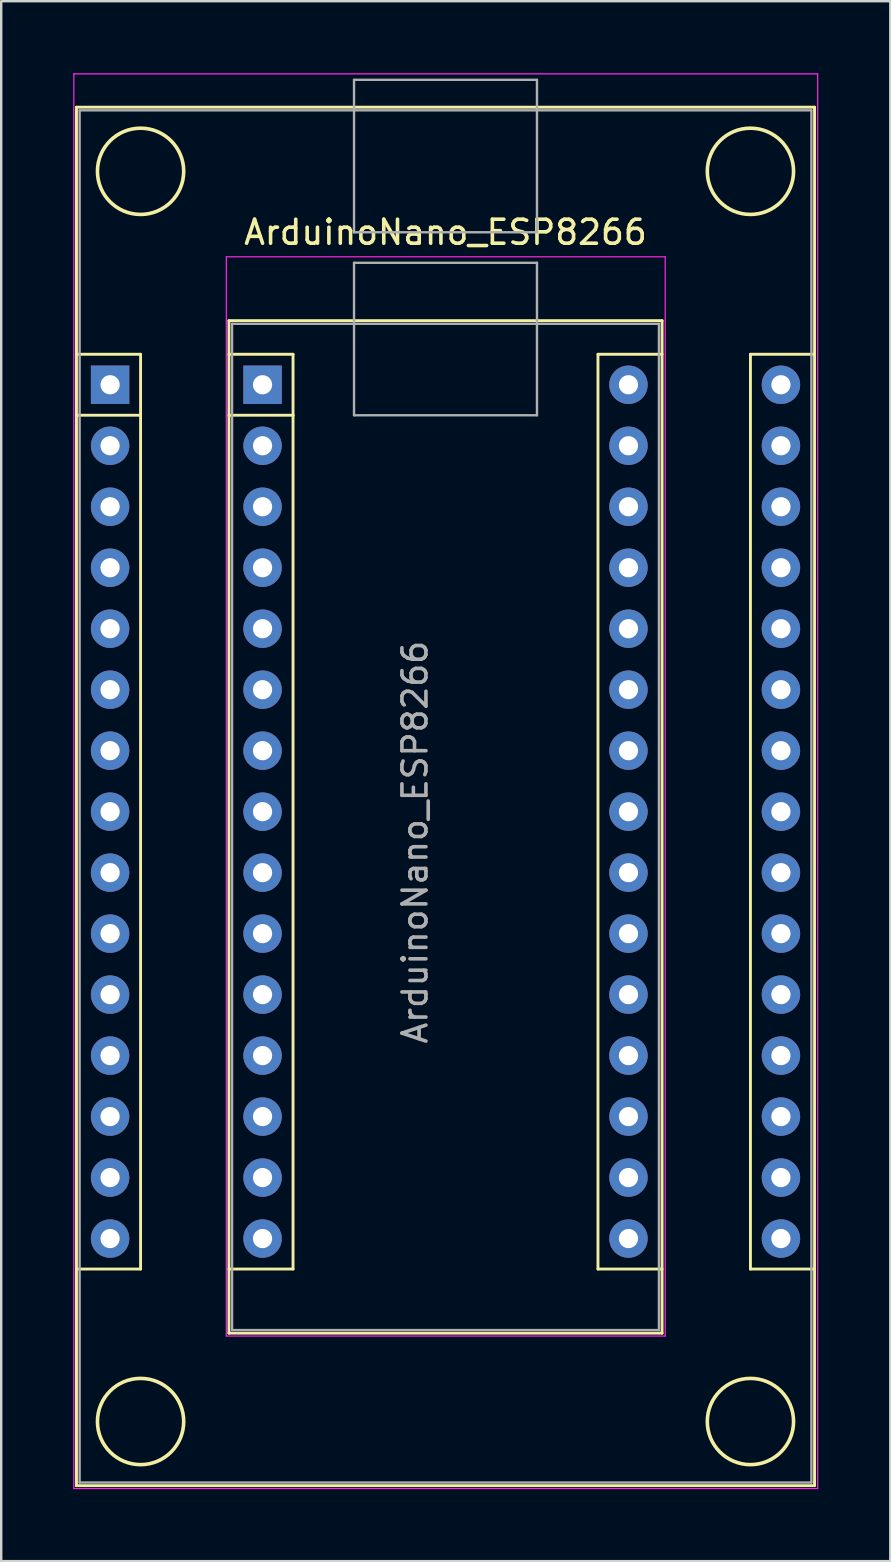
<source format=kicad_pcb>
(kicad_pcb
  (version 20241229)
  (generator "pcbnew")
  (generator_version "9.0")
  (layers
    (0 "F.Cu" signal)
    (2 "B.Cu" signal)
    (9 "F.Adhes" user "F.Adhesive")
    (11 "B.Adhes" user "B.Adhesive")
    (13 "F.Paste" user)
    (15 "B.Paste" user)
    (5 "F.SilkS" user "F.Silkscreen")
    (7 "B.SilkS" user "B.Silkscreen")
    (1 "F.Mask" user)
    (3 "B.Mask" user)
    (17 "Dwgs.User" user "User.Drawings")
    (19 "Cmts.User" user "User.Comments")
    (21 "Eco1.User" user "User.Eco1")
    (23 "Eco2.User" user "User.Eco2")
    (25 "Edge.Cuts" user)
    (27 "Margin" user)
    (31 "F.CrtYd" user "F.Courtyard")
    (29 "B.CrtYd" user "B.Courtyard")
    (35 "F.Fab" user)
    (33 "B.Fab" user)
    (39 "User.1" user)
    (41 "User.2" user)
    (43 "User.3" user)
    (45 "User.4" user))
  (footprint "ArduinoNano_ESP8266"
    (layer "F.Cu")
    (at 15.505 16.785)
    (property "Reference" "ArduinoNano_ESP8266" (at 0 -10.16 0) (layer "F.SilkS") (effects (font (size 1 1) (thickness 0.15))))
    (attr through_hole)
    (fp_line (start -15.37 -15.37) (end -15.37 42.04) (stroke (width 0.12) (type solid)) (layer "F.SilkS"))
    (fp_line (start -15.37 42.04) (end 15.37 42.04) (stroke (width 0.12) (type solid)) (layer "F.SilkS"))
    (fp_line (start -12.7 -5.08) (end -15.37 -5.08) (stroke (width 0.12) (type solid)) (layer "F.SilkS"))
    (fp_line (start -12.7 -2.54) (end -15.37 -2.54) (stroke (width 0.12) (type solid)) (layer "F.SilkS"))
    (fp_line (start -12.7 -2.54) (end -12.7 -5.08) (stroke (width 0.12) (type solid)) (layer "F.SilkS"))
    (fp_line (start -12.7 -2.54) (end -12.7 33.02) (stroke (width 0.12) (type solid)) (layer "F.SilkS"))
    (fp_line (start -12.7 33.02) (end -15.37 33.02) (stroke (width 0.12) (type solid)) (layer "F.SilkS"))
    (fp_line (start -9.02 -6.48) (end -9.02 35.69) (stroke (width 0.12) (type solid)) (layer "F.SilkS"))
    (fp_line (start -9.02 35.69) (end 9.02 35.69) (stroke (width 0.12) (type solid)) (layer "F.SilkS"))
    (fp_line (start -6.35 -5.08) (end -9.02 -5.08) (stroke (width 0.12) (type solid)) (layer "F.SilkS"))
    (fp_line (start -6.35 -2.54) (end -9.02 -2.54) (stroke (width 0.12) (type solid)) (layer "F.SilkS"))
    (fp_line (start -6.35 -2.54) (end -6.35 -5.08) (stroke (width 0.12) (type solid)) (layer "F.SilkS"))
    (fp_line (start -6.35 -2.54) (end -6.35 33.02) (stroke (width 0.12) (type solid)) (layer "F.SilkS"))
    (fp_line (start -6.35 33.02) (end -9.02 33.02) (stroke (width 0.12) (type solid)) (layer "F.SilkS"))
    (fp_line (start 6.35 -5.08) (end 6.35 33.02) (stroke (width 0.12) (type solid)) (layer "F.SilkS"))
    (fp_line (start 6.35 -5.08) (end 9.02 -5.08) (stroke (width 0.12) (type solid)) (layer "F.SilkS"))
    (fp_line (start 6.35 33.02) (end 9.02 33.02) (stroke (width 0.12) (type solid)) (layer "F.SilkS"))
    (fp_line (start 9.02 -6.48) (end -9.02 -6.48) (stroke (width 0.12) (type solid)) (layer "F.SilkS"))
    (fp_line (start 9.02 35.69) (end 9.02 -6.48) (stroke (width 0.12) (type solid)) (layer "F.SilkS"))
    (fp_line (start 12.7 -5.08) (end 12.7 33.02) (stroke (width 0.12) (type solid)) (layer "F.SilkS"))
    (fp_line (start 12.7 -5.08) (end 15.37 -5.08) (stroke (width 0.12) (type solid)) (layer "F.SilkS"))
    (fp_line (start 12.7 33.02) (end 15.37 33.02) (stroke (width 0.12) (type solid)) (layer "F.SilkS"))
    (fp_line (start 15.37 -15.37) (end -15.37 -15.37) (stroke (width 0.12) (type solid)) (layer "F.SilkS"))
    (fp_line (start 15.37 42.04) (end 15.37 -15.37) (stroke (width 0.12) (type solid)) (layer "F.SilkS"))
    (fp_circle (center -12.7 -12.7) (end -13.97 -11.43) (stroke (width 0.15) (type solid)) (fill no) (layer "F.SilkS"))
    (fp_circle (center -12.7 39.37) (end -13.97 40.64) (stroke (width 0.15) (type solid)) (fill no) (layer "F.SilkS"))
    (fp_circle (center 12.7 -12.7) (end 11.43 -11.43) (stroke (width 0.15) (type solid)) (fill no) (layer "F.SilkS"))
    (fp_circle (center 12.7 39.37) (end 11.43 40.64) (stroke (width 0.15) (type solid)) (fill no) (layer "F.SilkS"))
    (fp_line (start -15.48 -16.76) (end -15.48 42.16) (stroke (width 0.05) (type solid)) (layer "F.CrtYd"))
    (fp_line (start -15.48 -16.76) (end 15.5 -16.76) (stroke (width 0.05) (type solid)) (layer "F.CrtYd"))
    (fp_line (start -9.13 -9.14) (end -9.13 35.81) (stroke (width 0.05) (type solid)) (layer "F.CrtYd"))
    (fp_line (start -9.13 -9.14) (end 9.15 -9.14) (stroke (width 0.05) (type solid)) (layer "F.CrtYd"))
    (fp_line (start 9.15 35.81) (end -9.13 35.81) (stroke (width 0.05) (type solid)) (layer "F.CrtYd"))
    (fp_line (start 9.15 35.81) (end 9.15 -9.14) (stroke (width 0.05) (type solid)) (layer "F.CrtYd"))
    (fp_line (start 15.5 42.16) (end -15.48 42.16) (stroke (width 0.05) (type solid)) (layer "F.CrtYd"))
    (fp_line (start 15.5 42.16) (end 15.5 -16.76) (stroke (width 0.05) (type solid)) (layer "F.CrtYd"))
    (fp_line (start -15.24 -15.24) (end 15.24 -15.24) (stroke (width 0.1) (type solid)) (layer "F.Fab"))
    (fp_line (start -15.24 41.91) (end -15.24 -15.24) (stroke (width 0.1) (type solid)) (layer "F.Fab"))
    (fp_line (start -8.89 -6.35) (end 8.89 -6.35) (stroke (width 0.1) (type solid)) (layer "F.Fab"))
    (fp_line (start -8.89 35.56) (end -8.89 -6.35) (stroke (width 0.1) (type solid)) (layer "F.Fab"))
    (fp_line (start -3.81 -16.51) (end 3.81 -16.51) (stroke (width 0.1) (type solid)) (layer "F.Fab"))
    (fp_line (start -3.81 -10.16) (end -3.81 -16.51) (stroke (width 0.1) (type solid)) (layer "F.Fab"))
    (fp_line (start -3.81 -10.16) (end 3.81 -10.16) (stroke (width 0.1) (type solid)) (layer "F.Fab"))
    (fp_line (start -3.81 -8.89) (end 3.81 -8.89) (stroke (width 0.1) (type solid)) (layer "F.Fab"))
    (fp_line (start -3.81 -2.54) (end -3.81 -8.89) (stroke (width 0.1) (type solid)) (layer "F.Fab"))
    (fp_line (start -3.81 -2.54) (end 3.81 -2.54) (stroke (width 0.1) (type solid)) (layer "F.Fab"))
    (fp_line (start 3.81 -16.51) (end 3.81 -10.16) (stroke (width 0.1) (type solid)) (layer "F.Fab"))
    (fp_line (start 3.81 -8.89) (end 3.81 -2.54) (stroke (width 0.1) (type solid)) (layer "F.Fab"))
    (fp_line (start 8.89 -6.35) (end 8.89 35.56) (stroke (width 0.1) (type solid)) (layer "F.Fab"))
    (fp_line (start 8.89 35.56) (end -8.89 35.56) (stroke (width 0.1) (type solid)) (layer "F.Fab"))
    (fp_line (start 15.24 -15.24) (end 15.24 41.91) (stroke (width 0.1) (type solid)) (layer "F.Fab"))
    (fp_line (start 15.24 41.91) (end -15.24 41.91) (stroke (width 0.1) (type solid)) (layer "F.Fab"))
    (fp_text user "${REFERENCE}" (at -1.27 15.24 90) (layer "F.Fab") (effects (font (size 1 1) (thickness 0.15))))
    (pad "1" thru_hole rect (at -7.62 -3.81) (size 1.6 1.6) (drill 0.8) (layers "*.Cu" "*.Mask"))
    (pad "2" thru_hole oval (at -7.62 -1.27) (size 1.6 1.6) (drill 0.8) (layers "*.Cu" "*.Mask"))
    (pad "3" thru_hole oval (at -7.62 1.27) (size 1.6 1.6) (drill 0.8) (layers "*.Cu" "*.Mask"))
    (pad "4" thru_hole oval (at -7.62 3.81) (size 1.6 1.6) (drill 0.8) (layers "*.Cu" "*.Mask"))
    (pad "5" thru_hole oval (at -7.62 6.35) (size 1.6 1.6) (drill 0.8) (layers "*.Cu" "*.Mask"))
    (pad "6" thru_hole oval (at -7.62 8.89) (size 1.6 1.6) (drill 0.8) (layers "*.Cu" "*.Mask"))
    (pad "7" thru_hole oval (at -7.62 11.43) (size 1.6 1.6) (drill 0.8) (layers "*.Cu" "*.Mask"))
    (pad "8" thru_hole oval (at -7.62 13.97) (size 1.6 1.6) (drill 0.8) (layers "*.Cu" "*.Mask"))
    (pad "9" thru_hole oval (at -7.62 16.51) (size 1.6 1.6) (drill 0.8) (layers "*.Cu" "*.Mask"))
    (pad "10" thru_hole oval (at -7.62 19.05) (size 1.6 1.6) (drill 0.8) (layers "*.Cu" "*.Mask"))
    (pad "11" thru_hole oval (at -7.62 21.59) (size 1.6 1.6) (drill 0.8) (layers "*.Cu" "*.Mask"))
    (pad "12" thru_hole oval (at -7.62 24.13) (size 1.6 1.6) (drill 0.8) (layers "*.Cu" "*.Mask"))
    (pad "13" thru_hole oval (at -7.62 26.67) (size 1.6 1.6) (drill 0.8) (layers "*.Cu" "*.Mask"))
    (pad "14" thru_hole oval (at -7.62 29.21) (size 1.6 1.6) (drill 0.8) (layers "*.Cu" "*.Mask"))
    (pad "15" thru_hole oval (at -7.62 31.75) (size 1.6 1.6) (drill 0.8) (layers "*.Cu" "*.Mask"))
    (pad "16" thru_hole oval (at 7.62 31.75) (size 1.6 1.6) (drill 0.8) (layers "*.Cu" "*.Mask"))
    (pad "17" thru_hole oval (at 7.62 29.21) (size 1.6 1.6) (drill 0.8) (layers "*.Cu" "*.Mask"))
    (pad "18" thru_hole oval (at 7.62 26.67) (size 1.6 1.6) (drill 0.8) (layers "*.Cu" "*.Mask"))
    (pad "19" thru_hole oval (at 7.62 24.13) (size 1.6 1.6) (drill 0.8) (layers "*.Cu" "*.Mask"))
    (pad "20" thru_hole oval (at 7.62 21.59) (size 1.6 1.6) (drill 0.8) (layers "*.Cu" "*.Mask"))
    (pad "21" thru_hole oval (at 7.62 19.05) (size 1.6 1.6) (drill 0.8) (layers "*.Cu" "*.Mask"))
    (pad "22" thru_hole oval (at 7.62 16.51) (size 1.6 1.6) (drill 0.8) (layers "*.Cu" "*.Mask"))
    (pad "23" thru_hole oval (at 7.62 13.97) (size 1.6 1.6) (drill 0.8) (layers "*.Cu" "*.Mask"))
    (pad "24" thru_hole oval (at 7.62 11.43) (size 1.6 1.6) (drill 0.8) (layers "*.Cu" "*.Mask"))
    (pad "25" thru_hole oval (at 7.62 8.89) (size 1.6 1.6) (drill 0.8) (layers "*.Cu" "*.Mask"))
    (pad "26" thru_hole oval (at 7.62 6.35) (size 1.6 1.6) (drill 0.8) (layers "*.Cu" "*.Mask"))
    (pad "27" thru_hole oval (at 7.62 3.81) (size 1.6 1.6) (drill 0.8) (layers "*.Cu" "*.Mask"))
    (pad "28" thru_hole oval (at 7.62 1.27) (size 1.6 1.6) (drill 0.8) (layers "*.Cu" "*.Mask"))
    (pad "29" thru_hole oval (at 7.62 -1.27) (size 1.6 1.6) (drill 0.8) (layers "*.Cu" "*.Mask"))
    (pad "30" thru_hole oval (at 7.62 -3.81) (size 1.6 1.6) (drill 0.8) (layers "*.Cu" "*.Mask"))
    (pad "31" thru_hole rect (at -13.97 -3.81) (size 1.6 1.6) (drill 0.8) (layers "*.Cu" "*.Mask"))
    (pad "32" thru_hole oval (at -13.97 -1.27) (size 1.6 1.6) (drill 0.8) (layers "*.Cu" "*.Mask"))
    (pad "33" thru_hole oval (at -13.97 1.27) (size 1.6 1.6) (drill 0.8) (layers "*.Cu" "*.Mask"))
    (pad "34" thru_hole oval (at -13.97 3.81) (size 1.6 1.6) (drill 0.8) (layers "*.Cu" "*.Mask"))
    (pad "35" thru_hole oval (at -13.97 6.35) (size 1.6 1.6) (drill 0.8) (layers "*.Cu" "*.Mask"))
    (pad "36" thru_hole oval (at -13.97 8.89) (size 1.6 1.6) (drill 0.8) (layers "*.Cu" "*.Mask"))
    (pad "37" thru_hole oval (at -13.97 11.43) (size 1.6 1.6) (drill 0.8) (layers "*.Cu" "*.Mask"))
    (pad "38" thru_hole oval (at -13.97 13.97) (size 1.6 1.6) (drill 0.8) (layers "*.Cu" "*.Mask"))
    (pad "39" thru_hole oval (at -13.97 16.51) (size 1.6 1.6) (drill 0.8) (layers "*.Cu" "*.Mask"))
    (pad "40" thru_hole oval (at -13.97 19.05) (size 1.6 1.6) (drill 0.8) (layers "*.Cu" "*.Mask"))
    (pad "41" thru_hole oval (at -13.97 21.59) (size 1.6 1.6) (drill 0.8) (layers "*.Cu" "*.Mask"))
    (pad "42" thru_hole oval (at -13.97 24.13) (size 1.6 1.6) (drill 0.8) (layers "*.Cu" "*.Mask"))
    (pad "43" thru_hole oval (at -13.97 26.67) (size 1.6 1.6) (drill 0.8) (layers "*.Cu" "*.Mask"))
    (pad "44" thru_hole oval (at -13.97 29.21) (size 1.6 1.6) (drill 0.8) (layers "*.Cu" "*.Mask"))
    (pad "45" thru_hole oval (at -13.97 31.75) (size 1.6 1.6) (drill 0.8) (layers "*.Cu" "*.Mask"))
    (pad "46" thru_hole oval (at 13.97 31.75) (size 1.6 1.6) (drill 0.8) (layers "*.Cu" "*.Mask"))
    (pad "47" thru_hole oval (at 13.97 29.21) (size 1.6 1.6) (drill 0.8) (layers "*.Cu" "*.Mask"))
    (pad "48" thru_hole oval (at 13.97 26.67) (size 1.6 1.6) (drill 0.8) (layers "*.Cu" "*.Mask"))
    (pad "49" thru_hole oval (at 13.97 24.13) (size 1.6 1.6) (drill 0.8) (layers "*.Cu" "*.Mask"))
    (pad "50" thru_hole oval (at 13.97 21.59) (size 1.6 1.6) (drill 0.8) (layers "*.Cu" "*.Mask"))
    (pad "51" thru_hole oval (at 13.97 19.05) (size 1.6 1.6) (drill 0.8) (layers "*.Cu" "*.Mask"))
    (pad "52" thru_hole oval (at 13.97 16.51) (size 1.6 1.6) (drill 0.8) (layers "*.Cu" "*.Mask"))
    (pad "53" thru_hole oval (at 13.97 13.97) (size 1.6 1.6) (drill 0.8) (layers "*.Cu" "*.Mask"))
    (pad "54" thru_hole oval (at 13.97 11.43) (size 1.6 1.6) (drill 0.8) (layers "*.Cu" "*.Mask"))
    (pad "55" thru_hole oval (at 13.97 8.89) (size 1.6 1.6) (drill 0.8) (layers "*.Cu" "*.Mask"))
    (pad "56" thru_hole oval (at 13.97 6.35) (size 1.6 1.6) (drill 0.8) (layers "*.Cu" "*.Mask"))
    (pad "57" thru_hole oval (at 13.97 3.81) (size 1.6 1.6) (drill 0.8) (layers "*.Cu" "*.Mask"))
    (pad "58" thru_hole oval (at 13.97 1.27) (size 1.6 1.6) (drill 0.8) (layers "*.Cu" "*.Mask"))
    (pad "59" thru_hole oval (at 13.97 -1.27) (size 1.6 1.6) (drill 0.8) (layers "*.Cu" "*.Mask"))
    (pad "60" thru_hole oval (at 13.97 -3.81) (size 1.6 1.6) (drill 0.8) (layers "*.Cu" "*.Mask")))
  (gr_rect
    (start -3 -3)
    (end 34.03 61.97)
    (stroke (width 0.1) (type default))
    (fill no)
    (layer "Edge.Cuts")))
</source>
